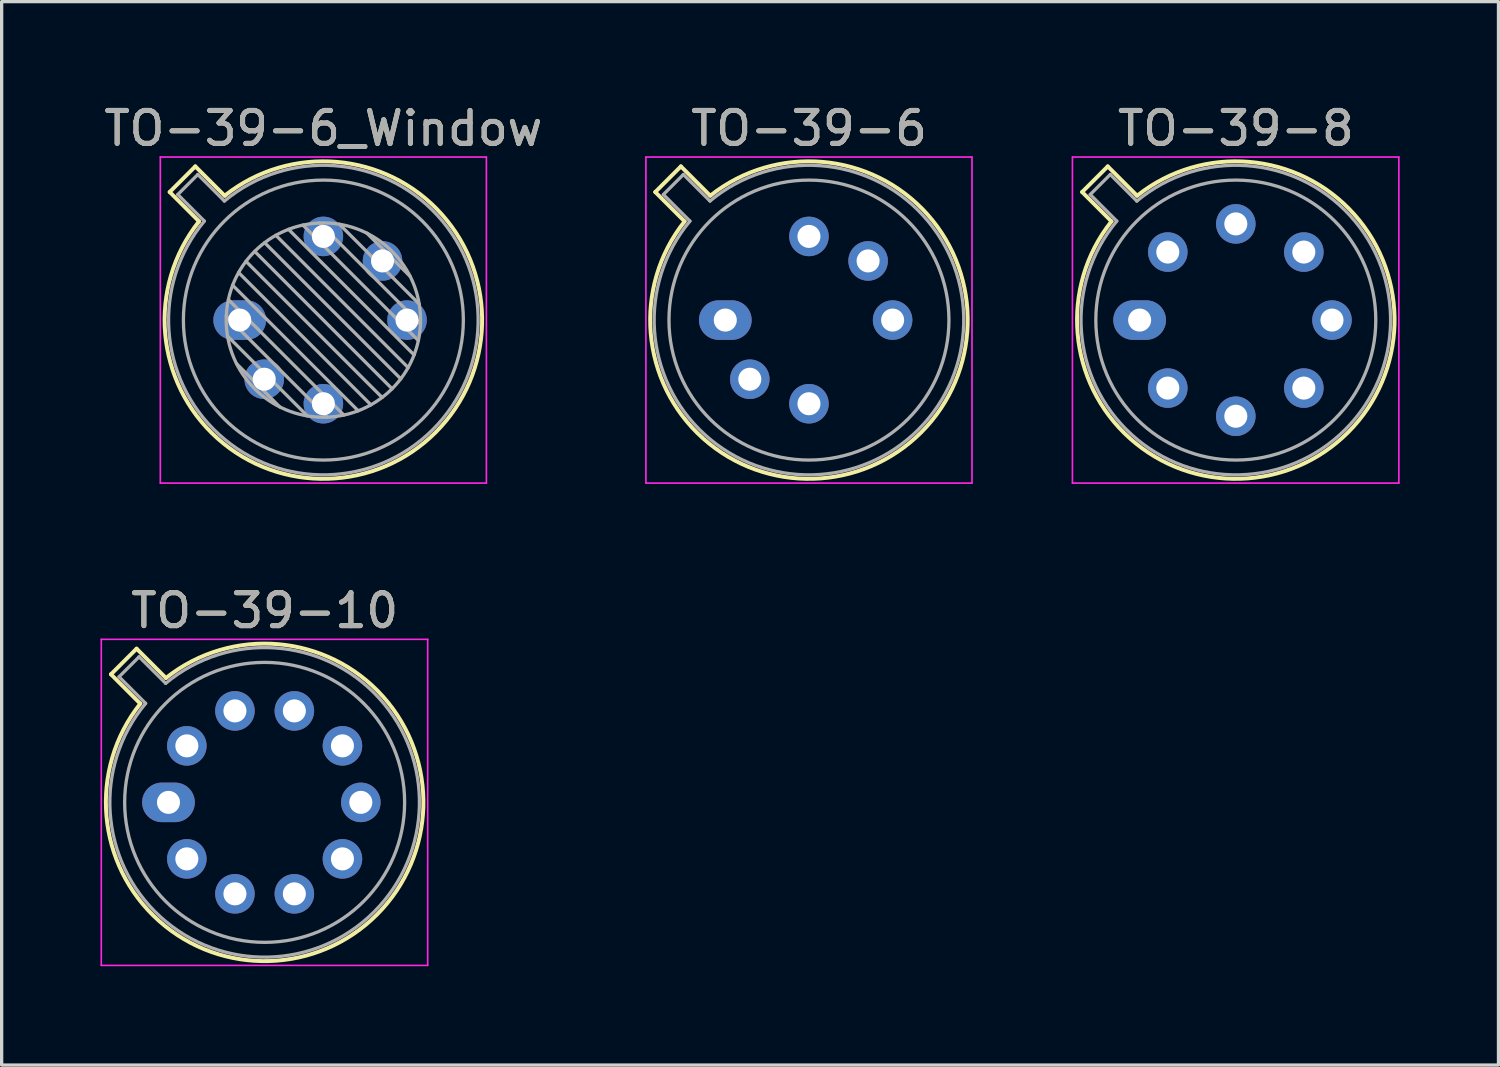
<source format=kicad_pcb>
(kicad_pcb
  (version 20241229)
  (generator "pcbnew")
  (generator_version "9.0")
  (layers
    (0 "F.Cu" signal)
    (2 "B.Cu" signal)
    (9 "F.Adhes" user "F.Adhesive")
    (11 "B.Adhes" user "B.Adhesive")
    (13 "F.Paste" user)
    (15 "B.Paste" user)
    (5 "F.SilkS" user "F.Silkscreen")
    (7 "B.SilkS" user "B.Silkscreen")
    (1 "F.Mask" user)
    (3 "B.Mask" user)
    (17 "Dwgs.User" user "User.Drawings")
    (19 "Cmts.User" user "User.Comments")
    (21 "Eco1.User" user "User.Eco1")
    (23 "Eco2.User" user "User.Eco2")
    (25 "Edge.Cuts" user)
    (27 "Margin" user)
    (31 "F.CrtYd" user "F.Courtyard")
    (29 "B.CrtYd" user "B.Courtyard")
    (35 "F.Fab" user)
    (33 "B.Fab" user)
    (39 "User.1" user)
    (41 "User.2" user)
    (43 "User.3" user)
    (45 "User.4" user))
  (footprint "TO-39-6"
    (layer "F.Cu")
    (at 18.971 6.668)
    (property "Reference" "TO-39-6" (at 2.54 -5.82 0) (layer "F.SilkS") (effects (font (size 1 1) (thickness 0.15))))
    (attr through_hole)
    (fp_line (start -2.126 -3.888) (end -1.235 -2.997) (stroke (width 0.12) (type solid)) (layer "F.SilkS"))
    (fp_line (start -1.348 -4.666) (end -2.126 -3.888) (stroke (width 0.12) (type solid)) (layer "F.SilkS"))
    (fp_line (start -0.457 -3.775) (end -1.348 -4.666) (stroke (width 0.12) (type solid)) (layer "F.SilkS"))
    (fp_arc (start -0.457084 -3.774902) (mid 5.948125 3.408384) (end -1.234674 -2.997371) (stroke (width 0.12) (type solid)) (layer "F.SilkS"))
    (fp_line (start -2.41 -4.95) (end -2.41 4.95) (stroke (width 0.05) (type solid)) (layer "F.CrtYd"))
    (fp_line (start -2.41 4.95) (end 7.49 4.95) (stroke (width 0.05) (type solid)) (layer "F.CrtYd"))
    (fp_line (start 7.49 -4.95) (end -2.41 -4.95) (stroke (width 0.05) (type solid)) (layer "F.CrtYd"))
    (fp_line (start 7.49 4.95) (end 7.49 -4.95) (stroke (width 0.05) (type solid)) (layer "F.CrtYd"))
    (fp_line (start -1.88 -3.812) (end -1.074 -3.005) (stroke (width 0.1) (type solid)) (layer "F.Fab"))
    (fp_line (start -1.272 -4.42) (end -1.88 -3.812) (stroke (width 0.1) (type solid)) (layer "F.Fab"))
    (fp_line (start -0.465 -3.614) (end -1.272 -4.42) (stroke (width 0.1) (type solid)) (layer "F.Fab"))
    (fp_arc (start -0.465408 -3.61352) (mid 5.863443 3.323361) (end -1.073594 -3.005319) (stroke (width 0.1) (type solid)) (layer "F.Fab"))
    (fp_circle (center 2.54 0) (end 6.79 0) (stroke (width 0.1) (type solid)) (fill no) (layer "F.Fab"))
    (fp_text user "${REFERENCE}" (at 2.54 -5.82 0) (layer "F.Fab") (effects (font (size 1 1) (thickness 0.15))))
    (pad "1" thru_hole oval (at 0 0) (size 1.6 1.2) (drill 0.7) (layers "*.Cu" "*.Mask"))
    (pad "2" thru_hole oval (at 0.744 1.796) (size 1.2 1.2) (drill 0.7) (layers "*.Cu" "*.Mask"))
    (pad "3" thru_hole oval (at 2.54 2.54) (size 1.2 1.2) (drill 0.7) (layers "*.Cu" "*.Mask"))
    (pad "4" thru_hole oval (at 5.08 0) (size 1.2 1.2) (drill 0.7) (layers "*.Cu" "*.Mask"))
    (pad "5" thru_hole oval (at 4.336 -1.796) (size 1.2 1.2) (drill 0.7) (layers "*.Cu" "*.Mask"))
    (pad "6" thru_hole oval (at 2.54 -2.54) (size 1.2 1.2) (drill 0.7) (layers "*.Cu" "*.Mask")))
  (footprint "TO-39-10"
    (layer "F.Cu")
    (at 2.065 21.311)
    (property "Reference" "TO-39-10" (at 2.92 -5.82 0) (layer "F.SilkS") (effects (font (size 1 1) (thickness 0.15))))
    (attr through_hole)
    (fp_line (start -1.746 -3.888) (end -0.855 -2.997) (stroke (width 0.12) (type solid)) (layer "F.SilkS"))
    (fp_line (start -0.968 -4.666) (end -1.746 -3.888) (stroke (width 0.12) (type solid)) (layer "F.SilkS"))
    (fp_line (start -0.077 -3.775) (end -0.968 -4.666) (stroke (width 0.12) (type solid)) (layer "F.SilkS"))
    (fp_arc (start -0.077084 -3.774902) (mid 6.328125 3.408384) (end -0.854674 -2.997371) (stroke (width 0.12) (type solid)) (layer "F.SilkS"))
    (fp_line (start -2.04 -4.95) (end -2.04 4.95) (stroke (width 0.05) (type solid)) (layer "F.CrtYd"))
    (fp_line (start -2.04 4.95) (end 7.87 4.95) (stroke (width 0.05) (type solid)) (layer "F.CrtYd"))
    (fp_line (start 7.87 -4.95) (end -2.04 -4.95) (stroke (width 0.05) (type solid)) (layer "F.CrtYd"))
    (fp_line (start 7.87 4.95) (end 7.87 -4.95) (stroke (width 0.05) (type solid)) (layer "F.CrtYd"))
    (fp_line (start -1.5 -3.812) (end -0.694 -3.005) (stroke (width 0.1) (type solid)) (layer "F.Fab"))
    (fp_line (start -0.892 -4.42) (end -1.5 -3.812) (stroke (width 0.1) (type solid)) (layer "F.Fab"))
    (fp_line (start -0.085 -3.614) (end -0.892 -4.42) (stroke (width 0.1) (type solid)) (layer "F.Fab"))
    (fp_arc (start -0.085408 -3.61352) (mid 6.243443 3.323361) (end -0.693594 -3.005319) (stroke (width 0.1) (type solid)) (layer "F.Fab"))
    (fp_circle (center 2.92 0) (end 7.17 0) (stroke (width 0.1) (type solid)) (fill no) (layer "F.Fab"))
    (fp_text user "${REFERENCE}" (at 2.92 -5.82 0) (layer "F.Fab") (effects (font (size 1 1) (thickness 0.15))))
    (pad "1" thru_hole oval (at 0 0) (size 1.6 1.2) (drill 0.7) (layers "*.Cu" "*.Mask"))
    (pad "2" thru_hole oval (at 0.558 1.716) (size 1.2 1.2) (drill 0.7) (layers "*.Cu" "*.Mask"))
    (pad "3" thru_hole oval (at 2.018 2.777) (size 1.2 1.2) (drill 0.7) (layers "*.Cu" "*.Mask"))
    (pad "4" thru_hole oval (at 3.822 2.777) (size 1.2 1.2) (drill 0.7) (layers "*.Cu" "*.Mask"))
    (pad "5" thru_hole oval (at 5.282 1.716) (size 1.2 1.2) (drill 0.7) (layers "*.Cu" "*.Mask"))
    (pad "6" thru_hole oval (at 5.84 0) (size 1.2 1.2) (drill 0.7) (layers "*.Cu" "*.Mask"))
    (pad "7" thru_hole oval (at 5.282 -1.716) (size 1.2 1.2) (drill 0.7) (layers "*.Cu" "*.Mask"))
    (pad "8" thru_hole oval (at 3.822 -2.777) (size 1.2 1.2) (drill 0.7) (layers "*.Cu" "*.Mask"))
    (pad "9" thru_hole oval (at 2.018 -2.777) (size 1.2 1.2) (drill 0.7) (layers "*.Cu" "*.Mask"))
    (pad "10" thru_hole oval (at 0.558 -1.716) (size 1.2 1.2) (drill 0.7) (layers "*.Cu" "*.Mask")))
  (footprint "TO-39-6_Window"
    (layer "F.Cu")
    (at 4.228 6.668)
    (property "Reference" "TO-39-6_Window" (at 2.54 -5.82 0) (layer "F.SilkS") (effects (font (size 1 1) (thickness 0.15))))
    (attr through_hole)
    (fp_line (start -2.126 -3.888) (end -1.235 -2.997) (stroke (width 0.12) (type solid)) (layer "F.SilkS"))
    (fp_line (start -1.348 -4.666) (end -2.126 -3.888) (stroke (width 0.12) (type solid)) (layer "F.SilkS"))
    (fp_line (start -0.457 -3.775) (end -1.348 -4.666) (stroke (width 0.12) (type solid)) (layer "F.SilkS"))
    (fp_arc (start -0.457084 -3.774902) (mid 5.948125 3.408384) (end -1.234674 -2.997371) (stroke (width 0.12) (type solid)) (layer "F.SilkS"))
    (fp_line (start -2.41 -4.95) (end -2.41 4.95) (stroke (width 0.05) (type solid)) (layer "F.CrtYd"))
    (fp_line (start -2.41 4.95) (end 7.49 4.95) (stroke (width 0.05) (type solid)) (layer "F.CrtYd"))
    (fp_line (start 7.49 -4.95) (end -2.41 -4.95) (stroke (width 0.05) (type solid)) (layer "F.CrtYd"))
    (fp_line (start 7.49 4.95) (end 7.49 -4.95) (stroke (width 0.05) (type solid)) (layer "F.CrtYd"))
    (fp_line (start -1.88 -3.812) (end -1.074 -3.005) (stroke (width 0.1) (type solid)) (layer "F.Fab"))
    (fp_line (start -1.272 -4.42) (end -1.88 -3.812) (stroke (width 0.1) (type solid)) (layer "F.Fab"))
    (fp_line (start -0.465 -3.614) (end -1.272 -4.42) (stroke (width 0.1) (type solid)) (layer "F.Fab"))
    (fp_line (start -0.408 -0.12) (end 2.66 2.948) (stroke (width 0.1) (type solid)) (layer "F.Fab"))
    (fp_line (start -0.371 0.485) (end 2.055 2.911) (stroke (width 0.1) (type solid)) (layer "F.Fab"))
    (fp_line (start -0.344 -0.622) (end 3.162 2.884) (stroke (width 0.1) (type solid)) (layer "F.Fab"))
    (fp_line (start -0.215 -1.058) (end 3.598 2.755) (stroke (width 0.1) (type solid)) (layer "F.Fab"))
    (fp_line (start -0.097 1.324) (end 1.216 2.637) (stroke (width 0.1) (type solid)) (layer "F.Fab"))
    (fp_line (start -0.034 -1.443) (end 3.983 2.574) (stroke (width 0.1) (type solid)) (layer "F.Fab"))
    (fp_line (start 0.19 -1.784) (end 4.324 2.35) (stroke (width 0.1) (type solid)) (layer "F.Fab"))
    (fp_line (start 0.454 -2.086) (end 4.626 2.086) (stroke (width 0.1) (type solid)) (layer "F.Fab"))
    (fp_line (start 0.756 -2.35) (end 4.89 1.784) (stroke (width 0.1) (type solid)) (layer "F.Fab"))
    (fp_line (start 1.097 -2.574) (end 5.114 1.443) (stroke (width 0.1) (type solid)) (layer "F.Fab"))
    (fp_line (start 1.482 -2.755) (end 5.295 1.058) (stroke (width 0.1) (type solid)) (layer "F.Fab"))
    (fp_line (start 1.918 -2.884) (end 5.424 0.622) (stroke (width 0.1) (type solid)) (layer "F.Fab"))
    (fp_line (start 2.42 -2.948) (end 5.488 0.12) (stroke (width 0.1) (type solid)) (layer "F.Fab"))
    (fp_line (start 3.025 -2.911) (end 5.451 -0.485) (stroke (width 0.1) (type solid)) (layer "F.Fab"))
    (fp_line (start 3.864 -2.637) (end 5.177 -1.324) (stroke (width 0.1) (type solid)) (layer "F.Fab"))
    (fp_arc (start -0.465408 -3.61352) (mid 5.863443 3.323361) (end -1.073594 -3.005319) (stroke (width 0.1) (type solid)) (layer "F.Fab"))
    (fp_circle (center 2.54 0) (end 5.49 0) (stroke (width 0.1) (type solid)) (fill no) (layer "F.Fab"))
    (fp_circle (center 2.54 0) (end 6.79 0) (stroke (width 0.1) (type solid)) (fill no) (layer "F.Fab"))
    (fp_text user "${REFERENCE}" (at 2.54 -5.82 0) (layer "F.Fab") (effects (font (size 1 1) (thickness 0.15))))
    (pad "1" thru_hole oval (at 0 0) (size 1.6 1.2) (drill 0.7) (layers "*.Cu" "*.Mask"))
    (pad "2" thru_hole oval (at 0.744 1.796) (size 1.2 1.2) (drill 0.7) (layers "*.Cu" "*.Mask"))
    (pad "3" thru_hole oval (at 2.54 2.54) (size 1.2 1.2) (drill 0.7) (layers "*.Cu" "*.Mask"))
    (pad "4" thru_hole oval (at 5.08 0) (size 1.2 1.2) (drill 0.7) (layers "*.Cu" "*.Mask"))
    (pad "5" thru_hole oval (at 4.336 -1.796) (size 1.2 1.2) (drill 0.7) (layers "*.Cu" "*.Mask"))
    (pad "6" thru_hole oval (at 2.54 -2.54) (size 1.2 1.2) (drill 0.7) (layers "*.Cu" "*.Mask")))
  (footprint "TO-39-8"
    (layer "F.Cu")
    (at 31.551 6.668)
    (property "Reference" "TO-39-8" (at 2.92 -5.82 0) (layer "F.SilkS") (effects (font (size 1 1) (thickness 0.15))))
    (attr through_hole)
    (fp_line (start -1.746 -3.888) (end -0.855 -2.997) (stroke (width 0.12) (type solid)) (layer "F.SilkS"))
    (fp_line (start -0.968 -4.666) (end -1.746 -3.888) (stroke (width 0.12) (type solid)) (layer "F.SilkS"))
    (fp_line (start -0.077 -3.775) (end -0.968 -4.666) (stroke (width 0.12) (type solid)) (layer "F.SilkS"))
    (fp_arc (start -0.077084 -3.774902) (mid 6.328125 3.408384) (end -0.854674 -2.997371) (stroke (width 0.12) (type solid)) (layer "F.SilkS"))
    (fp_line (start -2.04 -4.95) (end -2.04 4.95) (stroke (width 0.05) (type solid)) (layer "F.CrtYd"))
    (fp_line (start -2.04 4.95) (end 7.87 4.95) (stroke (width 0.05) (type solid)) (layer "F.CrtYd"))
    (fp_line (start 7.87 -4.95) (end -2.04 -4.95) (stroke (width 0.05) (type solid)) (layer "F.CrtYd"))
    (fp_line (start 7.87 4.95) (end 7.87 -4.95) (stroke (width 0.05) (type solid)) (layer "F.CrtYd"))
    (fp_line (start -1.5 -3.812) (end -0.694 -3.005) (stroke (width 0.1) (type solid)) (layer "F.Fab"))
    (fp_line (start -0.892 -4.42) (end -1.5 -3.812) (stroke (width 0.1) (type solid)) (layer "F.Fab"))
    (fp_line (start -0.085 -3.614) (end -0.892 -4.42) (stroke (width 0.1) (type solid)) (layer "F.Fab"))
    (fp_arc (start -0.085408 -3.61352) (mid 6.243443 3.323361) (end -0.693594 -3.005319) (stroke (width 0.1) (type solid)) (layer "F.Fab"))
    (fp_circle (center 2.92 0) (end 7.17 0) (stroke (width 0.1) (type solid)) (fill no) (layer "F.Fab"))
    (fp_text user "${REFERENCE}" (at 2.92 -5.82 0) (layer "F.Fab") (effects (font (size 1 1) (thickness 0.15))))
    (pad "1" thru_hole oval (at 0 0) (size 1.6 1.2) (drill 0.7) (layers "*.Cu" "*.Mask"))
    (pad "2" thru_hole oval (at 0.855 2.065) (size 1.2 1.2) (drill 0.7) (layers "*.Cu" "*.Mask"))
    (pad "3" thru_hole oval (at 2.92 2.92) (size 1.2 1.2) (drill 0.7) (layers "*.Cu" "*.Mask"))
    (pad "4" thru_hole oval (at 4.985 2.065) (size 1.2 1.2) (drill 0.7) (layers "*.Cu" "*.Mask"))
    (pad "5" thru_hole oval (at 5.84 0) (size 1.2 1.2) (drill 0.7) (layers "*.Cu" "*.Mask"))
    (pad "6" thru_hole oval (at 4.985 -2.065) (size 1.2 1.2) (drill 0.7) (layers "*.Cu" "*.Mask"))
    (pad "7" thru_hole oval (at 2.92 -2.92) (size 1.2 1.2) (drill 0.7) (layers "*.Cu" "*.Mask"))
    (pad "8" thru_hole oval (at 0.855 -2.065) (size 1.2 1.2) (drill 0.7) (layers "*.Cu" "*.Mask")))
  (gr_rect
    (start -3 -3)
    (end 42.446 29.287)
    (stroke (width 0.1) (type default))
    (fill no)
    (layer "Edge.Cuts")))
</source>
